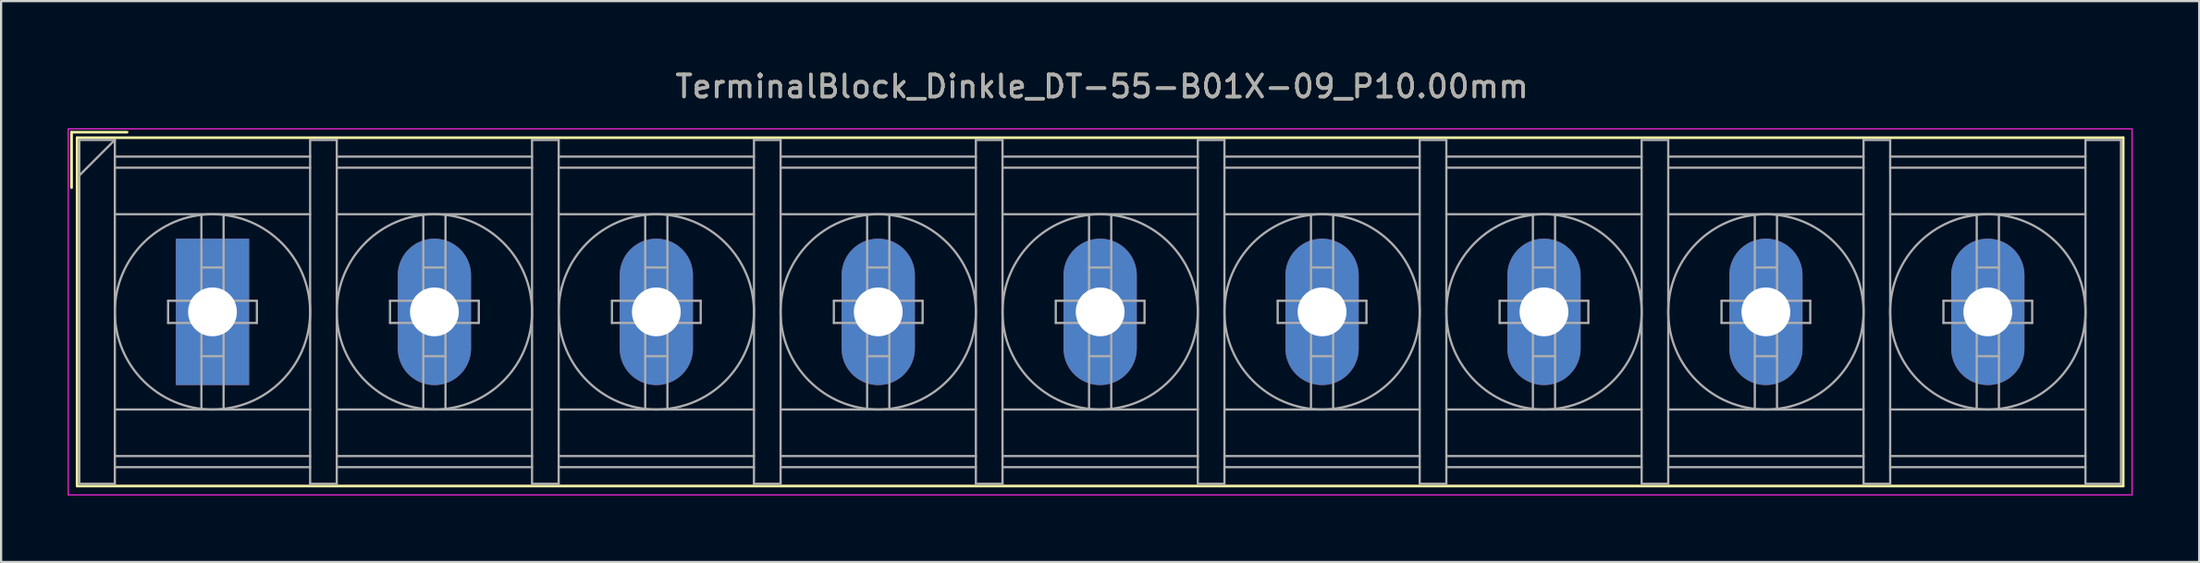
<source format=kicad_pcb>
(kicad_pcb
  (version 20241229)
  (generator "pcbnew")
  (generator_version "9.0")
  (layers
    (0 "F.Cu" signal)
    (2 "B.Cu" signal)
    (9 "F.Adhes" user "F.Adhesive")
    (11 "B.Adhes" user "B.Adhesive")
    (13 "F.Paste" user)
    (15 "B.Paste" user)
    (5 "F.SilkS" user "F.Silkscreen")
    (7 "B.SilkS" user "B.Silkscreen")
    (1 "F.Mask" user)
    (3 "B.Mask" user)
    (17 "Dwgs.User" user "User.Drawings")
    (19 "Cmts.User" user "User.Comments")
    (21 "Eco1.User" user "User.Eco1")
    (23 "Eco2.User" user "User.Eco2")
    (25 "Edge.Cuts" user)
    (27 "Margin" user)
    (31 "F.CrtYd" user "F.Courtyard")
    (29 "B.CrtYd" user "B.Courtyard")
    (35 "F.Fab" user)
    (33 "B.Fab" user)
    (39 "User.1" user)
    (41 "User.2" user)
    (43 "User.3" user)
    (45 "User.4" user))
  (footprint "TerminalBlock_Dinkle_DT-55-B01X-09_P10.00mm"
    (layer "F.Cu")
    (at 6.525 11.008)
    (property "Reference" "TerminalBlock_Dinkle_DT-55-B01X-09_P10.00mm" (at 40.08 -10.16 0) (layer "F.SilkS") (effects (font (size 1 1) (thickness 0.15))))
    (attr through_hole)
    (fp_line (start -6.35 -8.1) (end -3.85 -8.1) (stroke (width 0.12) (type solid)) (layer "F.SilkS"))
    (fp_line (start -6.35 -5.6) (end -6.35 -8.1) (stroke (width 0.12) (type solid)) (layer "F.SilkS"))
    (fp_line (start -6.1 -7.85) (end 86.1 -7.85) (stroke (width 0.12) (type solid)) (layer "F.SilkS"))
    (fp_line (start -6.1 7.85) (end -6.1 -7.85) (stroke (width 0.12) (type solid)) (layer "F.SilkS"))
    (fp_line (start -6.1 7.85) (end 86.1 7.85) (stroke (width 0.12) (type solid)) (layer "F.SilkS"))
    (fp_line (start 86.1 -7.85) (end 86.1 7.85) (stroke (width 0.12) (type solid)) (layer "F.SilkS"))
    (fp_line (start -6.5 -8.25) (end 86.5 -8.25) (stroke (width 0.05) (type solid)) (layer "F.CrtYd"))
    (fp_line (start -6.5 8.25) (end -6.5 -8.25) (stroke (width 0.05) (type solid)) (layer "F.CrtYd"))
    (fp_line (start -6.5 8.25) (end 86.5 8.25) (stroke (width 0.05) (type solid)) (layer "F.CrtYd"))
    (fp_line (start 86.5 -8.25) (end 86.5 8.25) (stroke (width 0.05) (type solid)) (layer "F.CrtYd"))
    (fp_line (start -6 -7.75) (end -6 7.75) (stroke (width 0.1) (type solid)) (layer "F.Fab"))
    (fp_line (start -6 -7.75) (end -4.4 -7.75) (stroke (width 0.1) (type solid)) (layer "F.Fab"))
    (fp_line (start -6 7.75) (end -4.4 7.75) (stroke (width 0.1) (type solid)) (layer "F.Fab"))
    (fp_line (start -4.4 -7.75) (end -6 -6.15) (stroke (width 0.1) (type solid)) (layer "F.Fab"))
    (fp_line (start -4.4 -7.75) (end -4.4 7.75) (stroke (width 0.1) (type solid)) (layer "F.Fab"))
    (fp_line (start -4.4 -7) (end 4.4 -7) (stroke (width 0.1) (type solid)) (layer "F.Fab"))
    (fp_line (start -4.4 -6.5) (end 4.4 -6.5) (stroke (width 0.1) (type solid)) (layer "F.Fab"))
    (fp_line (start -4.4 -4.4) (end 4.4 -4.4) (stroke (width 0.1) (type solid)) (layer "F.Fab"))
    (fp_line (start -4.4 4.4) (end 4.4 4.4) (stroke (width 0.1) (type solid)) (layer "F.Fab"))
    (fp_line (start -4.4 6.5) (end 4.4 6.5) (stroke (width 0.1) (type solid)) (layer "F.Fab"))
    (fp_line (start -4.4 7) (end 4.4 7) (stroke (width 0.1) (type solid)) (layer "F.Fab"))
    (fp_line (start -2 -0.5) (end -2 0.5) (stroke (width 0.1) (type solid)) (layer "F.Fab"))
    (fp_line (start -2 0.5) (end -0.5 0.5) (stroke (width 0.1) (type solid)) (layer "F.Fab"))
    (fp_line (start -0.5 -4.35) (end -0.5 -0.5) (stroke (width 0.1) (type solid)) (layer "F.Fab"))
    (fp_line (start -0.5 -2) (end 0.5 -2) (stroke (width 0.1) (type solid)) (layer "F.Fab"))
    (fp_line (start -0.5 -0.5) (end -2 -0.5) (stroke (width 0.1) (type solid)) (layer "F.Fab"))
    (fp_line (start -0.5 0.5) (end -0.5 4.35) (stroke (width 0.1) (type solid)) (layer "F.Fab"))
    (fp_line (start -0.5 2) (end 0.5 2) (stroke (width 0.1) (type solid)) (layer "F.Fab"))
    (fp_line (start 0.5 -4.35) (end 0.5 -0.5) (stroke (width 0.1) (type solid)) (layer "F.Fab"))
    (fp_line (start 0.5 -0.5) (end 2 -0.5) (stroke (width 0.1) (type solid)) (layer "F.Fab"))
    (fp_line (start 0.5 0.5) (end 0.5 4.35) (stroke (width 0.1) (type solid)) (layer "F.Fab"))
    (fp_line (start 2 -0.5) (end 2 0.5) (stroke (width 0.1) (type solid)) (layer "F.Fab"))
    (fp_line (start 2 0.5) (end 0.5 0.5) (stroke (width 0.1) (type solid)) (layer "F.Fab"))
    (fp_line (start 4.4 -7.75) (end 4.4 7.75) (stroke (width 0.1) (type solid)) (layer "F.Fab"))
    (fp_line (start 4.4 -7.75) (end 5.6 -7.75) (stroke (width 0.1) (type solid)) (layer "F.Fab"))
    (fp_line (start 4.4 7.75) (end 5.6 7.75) (stroke (width 0.1) (type solid)) (layer "F.Fab"))
    (fp_line (start 5.6 -7.75) (end 5.6 7.75) (stroke (width 0.1) (type solid)) (layer "F.Fab"))
    (fp_line (start 5.6 -7) (end 14.4 -7) (stroke (width 0.1) (type solid)) (layer "F.Fab"))
    (fp_line (start 5.6 -6.5) (end 14.4 -6.5) (stroke (width 0.1) (type solid)) (layer "F.Fab"))
    (fp_line (start 5.6 -4.4) (end 14.4 -4.4) (stroke (width 0.1) (type solid)) (layer "F.Fab"))
    (fp_line (start 5.6 4.4) (end 14.4 4.4) (stroke (width 0.1) (type solid)) (layer "F.Fab"))
    (fp_line (start 5.6 6.5) (end 14.4 6.5) (stroke (width 0.1) (type solid)) (layer "F.Fab"))
    (fp_line (start 5.6 7) (end 14.4 7) (stroke (width 0.1) (type solid)) (layer "F.Fab"))
    (fp_line (start 8 -0.5) (end 8 0.5) (stroke (width 0.1) (type solid)) (layer "F.Fab"))
    (fp_line (start 8 0.5) (end 9.5 0.5) (stroke (width 0.1) (type solid)) (layer "F.Fab"))
    (fp_line (start 9.5 -4.35) (end 9.5 -0.5) (stroke (width 0.1) (type solid)) (layer "F.Fab"))
    (fp_line (start 9.5 -2) (end 10.5 -2) (stroke (width 0.1) (type solid)) (layer "F.Fab"))
    (fp_line (start 9.5 -0.5) (end 8 -0.5) (stroke (width 0.1) (type solid)) (layer "F.Fab"))
    (fp_line (start 9.5 0.5) (end 9.5 4.35) (stroke (width 0.1) (type solid)) (layer "F.Fab"))
    (fp_line (start 9.5 2) (end 10.5 2) (stroke (width 0.1) (type solid)) (layer "F.Fab"))
    (fp_line (start 10.5 -4.35) (end 10.5 -0.5) (stroke (width 0.1) (type solid)) (layer "F.Fab"))
    (fp_line (start 10.5 -0.5) (end 12 -0.5) (stroke (width 0.1) (type solid)) (layer "F.Fab"))
    (fp_line (start 10.5 0.5) (end 10.5 4.35) (stroke (width 0.1) (type solid)) (layer "F.Fab"))
    (fp_line (start 12 -0.5) (end 12 0.5) (stroke (width 0.1) (type solid)) (layer "F.Fab"))
    (fp_line (start 12 0.5) (end 10.5 0.5) (stroke (width 0.1) (type solid)) (layer "F.Fab"))
    (fp_line (start 14.4 -7.75) (end 14.4 7.75) (stroke (width 0.1) (type solid)) (layer "F.Fab"))
    (fp_line (start 14.4 -7.75) (end 15.6 -7.75) (stroke (width 0.1) (type solid)) (layer "F.Fab"))
    (fp_line (start 14.4 7.75) (end 15.6 7.75) (stroke (width 0.1) (type solid)) (layer "F.Fab"))
    (fp_line (start 15.6 -7.75) (end 15.6 7.75) (stroke (width 0.1) (type solid)) (layer "F.Fab"))
    (fp_line (start 15.6 -7) (end 24.4 -7) (stroke (width 0.1) (type solid)) (layer "F.Fab"))
    (fp_line (start 15.6 -6.5) (end 24.4 -6.5) (stroke (width 0.1) (type solid)) (layer "F.Fab"))
    (fp_line (start 15.6 -4.4) (end 24.4 -4.4) (stroke (width 0.1) (type solid)) (layer "F.Fab"))
    (fp_line (start 15.6 4.4) (end 24.4 4.4) (stroke (width 0.1) (type solid)) (layer "F.Fab"))
    (fp_line (start 15.6 6.5) (end 24.4 6.5) (stroke (width 0.1) (type solid)) (layer "F.Fab"))
    (fp_line (start 15.6 7) (end 24.4 7) (stroke (width 0.1) (type solid)) (layer "F.Fab"))
    (fp_line (start 18 -0.5) (end 18 0.5) (stroke (width 0.1) (type solid)) (layer "F.Fab"))
    (fp_line (start 18 0.5) (end 19.5 0.5) (stroke (width 0.1) (type solid)) (layer "F.Fab"))
    (fp_line (start 19.5 -4.35) (end 19.5 -0.5) (stroke (width 0.1) (type solid)) (layer "F.Fab"))
    (fp_line (start 19.5 -2) (end 20.5 -2) (stroke (width 0.1) (type solid)) (layer "F.Fab"))
    (fp_line (start 19.5 -0.5) (end 18 -0.5) (stroke (width 0.1) (type solid)) (layer "F.Fab"))
    (fp_line (start 19.5 0.5) (end 19.5 4.35) (stroke (width 0.1) (type solid)) (layer "F.Fab"))
    (fp_line (start 19.5 2) (end 20.5 2) (stroke (width 0.1) (type solid)) (layer "F.Fab"))
    (fp_line (start 20.5 -4.35) (end 20.5 -0.5) (stroke (width 0.1) (type solid)) (layer "F.Fab"))
    (fp_line (start 20.5 -0.5) (end 22 -0.5) (stroke (width 0.1) (type solid)) (layer "F.Fab"))
    (fp_line (start 20.5 0.5) (end 20.5 4.35) (stroke (width 0.1) (type solid)) (layer "F.Fab"))
    (fp_line (start 22 -0.5) (end 22 0.5) (stroke (width 0.1) (type solid)) (layer "F.Fab"))
    (fp_line (start 22 0.5) (end 20.5 0.5) (stroke (width 0.1) (type solid)) (layer "F.Fab"))
    (fp_line (start 24.4 -7.75) (end 24.4 7.75) (stroke (width 0.1) (type solid)) (layer "F.Fab"))
    (fp_line (start 24.4 -7.75) (end 25.6 -7.75) (stroke (width 0.1) (type solid)) (layer "F.Fab"))
    (fp_line (start 24.4 7.75) (end 25.6 7.75) (stroke (width 0.1) (type solid)) (layer "F.Fab"))
    (fp_line (start 25.6 -7.75) (end 25.6 7.75) (stroke (width 0.1) (type solid)) (layer "F.Fab"))
    (fp_line (start 25.6 -7) (end 34.4 -7) (stroke (width 0.1) (type solid)) (layer "F.Fab"))
    (fp_line (start 25.6 -6.5) (end 34.4 -6.5) (stroke (width 0.1) (type solid)) (layer "F.Fab"))
    (fp_line (start 25.6 -4.4) (end 34.4 -4.4) (stroke (width 0.1) (type solid)) (layer "F.Fab"))
    (fp_line (start 25.6 4.4) (end 34.4 4.4) (stroke (width 0.1) (type solid)) (layer "F.Fab"))
    (fp_line (start 25.6 6.5) (end 34.4 6.5) (stroke (width 0.1) (type solid)) (layer "F.Fab"))
    (fp_line (start 25.6 7) (end 34.4 7) (stroke (width 0.1) (type solid)) (layer "F.Fab"))
    (fp_line (start 28 -0.5) (end 28 0.5) (stroke (width 0.1) (type solid)) (layer "F.Fab"))
    (fp_line (start 28 0.5) (end 29.5 0.5) (stroke (width 0.1) (type solid)) (layer "F.Fab"))
    (fp_line (start 29.5 -4.35) (end 29.5 -0.5) (stroke (width 0.1) (type solid)) (layer "F.Fab"))
    (fp_line (start 29.5 -2) (end 30.5 -2) (stroke (width 0.1) (type solid)) (layer "F.Fab"))
    (fp_line (start 29.5 -0.5) (end 28 -0.5) (stroke (width 0.1) (type solid)) (layer "F.Fab"))
    (fp_line (start 29.5 0.5) (end 29.5 4.35) (stroke (width 0.1) (type solid)) (layer "F.Fab"))
    (fp_line (start 29.5 2) (end 30.5 2) (stroke (width 0.1) (type solid)) (layer "F.Fab"))
    (fp_line (start 30.5 -4.35) (end 30.5 -0.5) (stroke (width 0.1) (type solid)) (layer "F.Fab"))
    (fp_line (start 30.5 -0.5) (end 32 -0.5) (stroke (width 0.1) (type solid)) (layer "F.Fab"))
    (fp_line (start 30.5 0.5) (end 30.5 4.35) (stroke (width 0.1) (type solid)) (layer "F.Fab"))
    (fp_line (start 32 -0.5) (end 32 0.5) (stroke (width 0.1) (type solid)) (layer "F.Fab"))
    (fp_line (start 32 0.5) (end 30.5 0.5) (stroke (width 0.1) (type solid)) (layer "F.Fab"))
    (fp_line (start 34.4 -7.75) (end 34.4 7.75) (stroke (width 0.1) (type solid)) (layer "F.Fab"))
    (fp_line (start 34.4 -7.75) (end 35.6 -7.75) (stroke (width 0.1) (type solid)) (layer "F.Fab"))
    (fp_line (start 34.4 7.75) (end 35.6 7.75) (stroke (width 0.1) (type solid)) (layer "F.Fab"))
    (fp_line (start 35.6 -7.75) (end 35.6 7.75) (stroke (width 0.1) (type solid)) (layer "F.Fab"))
    (fp_line (start 35.6 -7) (end 44.4 -7) (stroke (width 0.1) (type solid)) (layer "F.Fab"))
    (fp_line (start 35.6 -6.5) (end 44.4 -6.5) (stroke (width 0.1) (type solid)) (layer "F.Fab"))
    (fp_line (start 35.6 -4.4) (end 44.4 -4.4) (stroke (width 0.1) (type solid)) (layer "F.Fab"))
    (fp_line (start 35.6 4.4) (end 44.4 4.4) (stroke (width 0.1) (type solid)) (layer "F.Fab"))
    (fp_line (start 35.6 6.5) (end 44.4 6.5) (stroke (width 0.1) (type solid)) (layer "F.Fab"))
    (fp_line (start 35.6 7) (end 44.4 7) (stroke (width 0.1) (type solid)) (layer "F.Fab"))
    (fp_line (start 38 -0.5) (end 38 0.5) (stroke (width 0.1) (type solid)) (layer "F.Fab"))
    (fp_line (start 38 0.5) (end 39.5 0.5) (stroke (width 0.1) (type solid)) (layer "F.Fab"))
    (fp_line (start 39.5 -4.35) (end 39.5 -0.5) (stroke (width 0.1) (type solid)) (layer "F.Fab"))
    (fp_line (start 39.5 -2) (end 40.5 -2) (stroke (width 0.1) (type solid)) (layer "F.Fab"))
    (fp_line (start 39.5 -0.5) (end 38 -0.5) (stroke (width 0.1) (type solid)) (layer "F.Fab"))
    (fp_line (start 39.5 0.5) (end 39.5 4.35) (stroke (width 0.1) (type solid)) (layer "F.Fab"))
    (fp_line (start 39.5 2) (end 40.5 2) (stroke (width 0.1) (type solid)) (layer "F.Fab"))
    (fp_line (start 40.5 -4.35) (end 40.5 -0.5) (stroke (width 0.1) (type solid)) (layer "F.Fab"))
    (fp_line (start 40.5 -0.5) (end 42 -0.5) (stroke (width 0.1) (type solid)) (layer "F.Fab"))
    (fp_line (start 40.5 0.5) (end 40.5 4.35) (stroke (width 0.1) (type solid)) (layer "F.Fab"))
    (fp_line (start 42 -0.5) (end 42 0.5) (stroke (width 0.1) (type solid)) (layer "F.Fab"))
    (fp_line (start 42 0.5) (end 40.5 0.5) (stroke (width 0.1) (type solid)) (layer "F.Fab"))
    (fp_line (start 44.4 -7.75) (end 44.4 7.75) (stroke (width 0.1) (type solid)) (layer "F.Fab"))
    (fp_line (start 44.4 -7.75) (end 45.6 -7.75) (stroke (width 0.1) (type solid)) (layer "F.Fab"))
    (fp_line (start 44.4 7.75) (end 45.6 7.75) (stroke (width 0.1) (type solid)) (layer "F.Fab"))
    (fp_line (start 45.6 -7.75) (end 45.6 7.75) (stroke (width 0.1) (type solid)) (layer "F.Fab"))
    (fp_line (start 45.6 -7) (end 54.4 -7) (stroke (width 0.1) (type solid)) (layer "F.Fab"))
    (fp_line (start 45.6 -6.5) (end 54.4 -6.5) (stroke (width 0.1) (type solid)) (layer "F.Fab"))
    (fp_line (start 45.6 -4.4) (end 54.4 -4.4) (stroke (width 0.1) (type solid)) (layer "F.Fab"))
    (fp_line (start 45.6 4.4) (end 54.4 4.4) (stroke (width 0.1) (type solid)) (layer "F.Fab"))
    (fp_line (start 45.6 6.5) (end 54.4 6.5) (stroke (width 0.1) (type solid)) (layer "F.Fab"))
    (fp_line (start 45.6 7) (end 54.4 7) (stroke (width 0.1) (type solid)) (layer "F.Fab"))
    (fp_line (start 48 -0.5) (end 48 0.5) (stroke (width 0.1) (type solid)) (layer "F.Fab"))
    (fp_line (start 48 0.5) (end 49.5 0.5) (stroke (width 0.1) (type solid)) (layer "F.Fab"))
    (fp_line (start 49.5 -4.35) (end 49.5 -0.5) (stroke (width 0.1) (type solid)) (layer "F.Fab"))
    (fp_line (start 49.5 -2) (end 50.5 -2) (stroke (width 0.1) (type solid)) (layer "F.Fab"))
    (fp_line (start 49.5 -0.5) (end 48 -0.5) (stroke (width 0.1) (type solid)) (layer "F.Fab"))
    (fp_line (start 49.5 0.5) (end 49.5 4.35) (stroke (width 0.1) (type solid)) (layer "F.Fab"))
    (fp_line (start 49.5 2) (end 50.5 2) (stroke (width 0.1) (type solid)) (layer "F.Fab"))
    (fp_line (start 50.5 -4.35) (end 50.5 -0.5) (stroke (width 0.1) (type solid)) (layer "F.Fab"))
    (fp_line (start 50.5 -0.5) (end 52 -0.5) (stroke (width 0.1) (type solid)) (layer "F.Fab"))
    (fp_line (start 50.5 0.5) (end 50.5 4.35) (stroke (width 0.1) (type solid)) (layer "F.Fab"))
    (fp_line (start 52 -0.5) (end 52 0.5) (stroke (width 0.1) (type solid)) (layer "F.Fab"))
    (fp_line (start 52 0.5) (end 50.5 0.5) (stroke (width 0.1) (type solid)) (layer "F.Fab"))
    (fp_line (start 54.4 -7.75) (end 54.4 7.75) (stroke (width 0.1) (type solid)) (layer "F.Fab"))
    (fp_line (start 54.4 -7.75) (end 55.6 -7.75) (stroke (width 0.1) (type solid)) (layer "F.Fab"))
    (fp_line (start 54.4 7.75) (end 55.6 7.75) (stroke (width 0.1) (type solid)) (layer "F.Fab"))
    (fp_line (start 55.6 -7.75) (end 55.6 7.75) (stroke (width 0.1) (type solid)) (layer "F.Fab"))
    (fp_line (start 55.6 -7) (end 64.4 -7) (stroke (width 0.1) (type solid)) (layer "F.Fab"))
    (fp_line (start 55.6 -6.5) (end 64.4 -6.5) (stroke (width 0.1) (type solid)) (layer "F.Fab"))
    (fp_line (start 55.6 -4.4) (end 64.4 -4.4) (stroke (width 0.1) (type solid)) (layer "F.Fab"))
    (fp_line (start 55.6 4.4) (end 64.4 4.4) (stroke (width 0.1) (type solid)) (layer "F.Fab"))
    (fp_line (start 55.6 6.5) (end 64.4 6.5) (stroke (width 0.1) (type solid)) (layer "F.Fab"))
    (fp_line (start 55.6 7) (end 64.4 7) (stroke (width 0.1) (type solid)) (layer "F.Fab"))
    (fp_line (start 58 -0.5) (end 58 0.5) (stroke (width 0.1) (type solid)) (layer "F.Fab"))
    (fp_line (start 58 0.5) (end 59.5 0.5) (stroke (width 0.1) (type solid)) (layer "F.Fab"))
    (fp_line (start 59.5 -4.35) (end 59.5 -0.5) (stroke (width 0.1) (type solid)) (layer "F.Fab"))
    (fp_line (start 59.5 -2) (end 60.5 -2) (stroke (width 0.1) (type solid)) (layer "F.Fab"))
    (fp_line (start 59.5 -0.5) (end 58 -0.5) (stroke (width 0.1) (type solid)) (layer "F.Fab"))
    (fp_line (start 59.5 0.5) (end 59.5 4.35) (stroke (width 0.1) (type solid)) (layer "F.Fab"))
    (fp_line (start 59.5 2) (end 60.5 2) (stroke (width 0.1) (type solid)) (layer "F.Fab"))
    (fp_line (start 60.5 -4.35) (end 60.5 -0.5) (stroke (width 0.1) (type solid)) (layer "F.Fab"))
    (fp_line (start 60.5 -0.5) (end 62 -0.5) (stroke (width 0.1) (type solid)) (layer "F.Fab"))
    (fp_line (start 60.5 0.5) (end 60.5 4.35) (stroke (width 0.1) (type solid)) (layer "F.Fab"))
    (fp_line (start 62 -0.5) (end 62 0.5) (stroke (width 0.1) (type solid)) (layer "F.Fab"))
    (fp_line (start 62 0.5) (end 60.5 0.5) (stroke (width 0.1) (type solid)) (layer "F.Fab"))
    (fp_line (start 64.4 -7.75) (end 64.4 7.75) (stroke (width 0.1) (type solid)) (layer "F.Fab"))
    (fp_line (start 64.4 -7.75) (end 65.6 -7.75) (stroke (width 0.1) (type solid)) (layer "F.Fab"))
    (fp_line (start 64.4 7.75) (end 65.6 7.75) (stroke (width 0.1) (type solid)) (layer "F.Fab"))
    (fp_line (start 65.6 -7.75) (end 65.6 7.75) (stroke (width 0.1) (type solid)) (layer "F.Fab"))
    (fp_line (start 65.6 -7) (end 74.4 -7) (stroke (width 0.1) (type solid)) (layer "F.Fab"))
    (fp_line (start 65.6 -6.5) (end 74.4 -6.5) (stroke (width 0.1) (type solid)) (layer "F.Fab"))
    (fp_line (start 65.6 -4.4) (end 74.4 -4.4) (stroke (width 0.1) (type solid)) (layer "F.Fab"))
    (fp_line (start 65.6 4.4) (end 74.4 4.4) (stroke (width 0.1) (type solid)) (layer "F.Fab"))
    (fp_line (start 65.6 6.5) (end 74.4 6.5) (stroke (width 0.1) (type solid)) (layer "F.Fab"))
    (fp_line (start 65.6 7) (end 74.4 7) (stroke (width 0.1) (type solid)) (layer "F.Fab"))
    (fp_line (start 68 -0.5) (end 68 0.5) (stroke (width 0.1) (type solid)) (layer "F.Fab"))
    (fp_line (start 68 0.5) (end 69.5 0.5) (stroke (width 0.1) (type solid)) (layer "F.Fab"))
    (fp_line (start 69.5 -4.35) (end 69.5 -0.5) (stroke (width 0.1) (type solid)) (layer "F.Fab"))
    (fp_line (start 69.5 -2) (end 70.5 -2) (stroke (width 0.1) (type solid)) (layer "F.Fab"))
    (fp_line (start 69.5 -0.5) (end 68 -0.5) (stroke (width 0.1) (type solid)) (layer "F.Fab"))
    (fp_line (start 69.5 0.5) (end 69.5 4.35) (stroke (width 0.1) (type solid)) (layer "F.Fab"))
    (fp_line (start 69.5 2) (end 70.5 2) (stroke (width 0.1) (type solid)) (layer "F.Fab"))
    (fp_line (start 70.5 -4.35) (end 70.5 -0.5) (stroke (width 0.1) (type solid)) (layer "F.Fab"))
    (fp_line (start 70.5 -0.5) (end 72 -0.5) (stroke (width 0.1) (type solid)) (layer "F.Fab"))
    (fp_line (start 70.5 0.5) (end 70.5 4.35) (stroke (width 0.1) (type solid)) (layer "F.Fab"))
    (fp_line (start 72 -0.5) (end 72 0.5) (stroke (width 0.1) (type solid)) (layer "F.Fab"))
    (fp_line (start 72 0.5) (end 70.5 0.5) (stroke (width 0.1) (type solid)) (layer "F.Fab"))
    (fp_line (start 74.4 -7.75) (end 74.4 7.75) (stroke (width 0.1) (type solid)) (layer "F.Fab"))
    (fp_line (start 74.4 -7.75) (end 75.6 -7.75) (stroke (width 0.1) (type solid)) (layer "F.Fab"))
    (fp_line (start 74.4 7.75) (end 75.6 7.75) (stroke (width 0.1) (type solid)) (layer "F.Fab"))
    (fp_line (start 75.6 -7.75) (end 75.6 7.75) (stroke (width 0.1) (type solid)) (layer "F.Fab"))
    (fp_line (start 75.6 -7) (end 84.4 -7) (stroke (width 0.1) (type solid)) (layer "F.Fab"))
    (fp_line (start 75.6 -6.5) (end 84.4 -6.5) (stroke (width 0.1) (type solid)) (layer "F.Fab"))
    (fp_line (start 75.6 -4.4) (end 84.4 -4.4) (stroke (width 0.1) (type solid)) (layer "F.Fab"))
    (fp_line (start 75.6 4.4) (end 84.4 4.4) (stroke (width 0.1) (type solid)) (layer "F.Fab"))
    (fp_line (start 75.6 6.5) (end 84.4 6.5) (stroke (width 0.1) (type solid)) (layer "F.Fab"))
    (fp_line (start 75.6 7) (end 84.4 7) (stroke (width 0.1) (type solid)) (layer "F.Fab"))
    (fp_line (start 78 -0.5) (end 78 0.5) (stroke (width 0.1) (type solid)) (layer "F.Fab"))
    (fp_line (start 78 0.5) (end 79.5 0.5) (stroke (width 0.1) (type solid)) (layer "F.Fab"))
    (fp_line (start 79.5 -4.35) (end 79.5 -0.5) (stroke (width 0.1) (type solid)) (layer "F.Fab"))
    (fp_line (start 79.5 -2) (end 80.5 -2) (stroke (width 0.1) (type solid)) (layer "F.Fab"))
    (fp_line (start 79.5 -0.5) (end 78 -0.5) (stroke (width 0.1) (type solid)) (layer "F.Fab"))
    (fp_line (start 79.5 0.5) (end 79.5 4.35) (stroke (width 0.1) (type solid)) (layer "F.Fab"))
    (fp_line (start 79.5 2) (end 80.5 2) (stroke (width 0.1) (type solid)) (layer "F.Fab"))
    (fp_line (start 80.5 -4.35) (end 80.5 -0.5) (stroke (width 0.1) (type solid)) (layer "F.Fab"))
    (fp_line (start 80.5 -0.5) (end 82 -0.5) (stroke (width 0.1) (type solid)) (layer "F.Fab"))
    (fp_line (start 80.5 0.5) (end 80.5 4.35) (stroke (width 0.1) (type solid)) (layer "F.Fab"))
    (fp_line (start 82 -0.5) (end 82 0.5) (stroke (width 0.1) (type solid)) (layer "F.Fab"))
    (fp_line (start 82 0.5) (end 80.5 0.5) (stroke (width 0.1) (type solid)) (layer "F.Fab"))
    (fp_line (start 84.4 -7.75) (end 84.4 7.75) (stroke (width 0.1) (type solid)) (layer "F.Fab"))
    (fp_line (start 84.4 -7.75) (end 86 -7.75) (stroke (width 0.1) (type solid)) (layer "F.Fab"))
    (fp_line (start 84.4 7.75) (end 86 7.75) (stroke (width 0.1) (type solid)) (layer "F.Fab"))
    (fp_line (start 86 -7.75) (end 86 7.75) (stroke (width 0.1) (type solid)) (layer "F.Fab"))
    (fp_circle (center 0 0) (end 0.5 0.5) (stroke (width 0.1) (type solid)) (fill no) (layer "F.Fab"))
    (fp_circle (center 0 0) (end 4.4 0) (stroke (width 0.1) (type solid)) (fill no) (layer "F.Fab"))
    (fp_circle (center 10 0) (end 10.5 0.5) (stroke (width 0.1) (type solid)) (fill no) (layer "F.Fab"))
    (fp_circle (center 10 0) (end 14.4 0) (stroke (width 0.1) (type solid)) (fill no) (layer "F.Fab"))
    (fp_circle (center 20 0) (end 20.5 0.5) (stroke (width 0.1) (type solid)) (fill no) (layer "F.Fab"))
    (fp_circle (center 20 0) (end 24.4 0) (stroke (width 0.1) (type solid)) (fill no) (layer "F.Fab"))
    (fp_circle (center 30 0) (end 30.5 0.5) (stroke (width 0.1) (type solid)) (fill no) (layer "F.Fab"))
    (fp_circle (center 30 0) (end 34.4 0) (stroke (width 0.1) (type solid)) (fill no) (layer "F.Fab"))
    (fp_circle (center 40 0) (end 40.5 0.5) (stroke (width 0.1) (type solid)) (fill no) (layer "F.Fab"))
    (fp_circle (center 40 0) (end 44.4 0) (stroke (width 0.1) (type solid)) (fill no) (layer "F.Fab"))
    (fp_circle (center 50 0) (end 50.5 0.5) (stroke (width 0.1) (type solid)) (fill no) (layer "F.Fab"))
    (fp_circle (center 50 0) (end 54.4 0) (stroke (width 0.1) (type solid)) (fill no) (layer "F.Fab"))
    (fp_circle (center 60 0) (end 60.5 0.5) (stroke (width 0.1) (type solid)) (fill no) (layer "F.Fab"))
    (fp_circle (center 60 0) (end 64.4 0) (stroke (width 0.1) (type solid)) (fill no) (layer "F.Fab"))
    (fp_circle (center 70 0) (end 70.5 0.5) (stroke (width 0.1) (type solid)) (fill no) (layer "F.Fab"))
    (fp_circle (center 70 0) (end 74.4 0) (stroke (width 0.1) (type solid)) (fill no) (layer "F.Fab"))
    (fp_circle (center 80 0) (end 80.5 0.5) (stroke (width 0.1) (type solid)) (fill no) (layer "F.Fab"))
    (fp_circle (center 80 0) (end 84.4 0) (stroke (width 0.1) (type solid)) (fill no) (layer "F.Fab"))
    (fp_text user "${REFERENCE}" (at 40.08 -10.16 0) (layer "F.Fab") (effects (font (size 1 1) (thickness 0.15))))
    (pad "1" thru_hole rect (at 0 0) (size 3.3 6.6) (drill 2.2) (layers "*.Cu" "*.Mask"))
    (pad "2" thru_hole oval (at 10 0) (size 3.3 6.6) (drill 2.2) (layers "*.Cu" "*.Mask"))
    (pad "3" thru_hole oval (at 20 0) (size 3.3 6.6) (drill 2.2) (layers "*.Cu" "*.Mask"))
    (pad "4" thru_hole oval (at 30 0) (size 3.3 6.6) (drill 2.2) (layers "*.Cu" "*.Mask"))
    (pad "5" thru_hole oval (at 40 0) (size 3.3 6.6) (drill 2.2) (layers "*.Cu" "*.Mask"))
    (pad "6" thru_hole oval (at 50 0) (size 3.3 6.6) (drill 2.2) (layers "*.Cu" "*.Mask"))
    (pad "7" thru_hole oval (at 60 0) (size 3.3 6.6) (drill 2.2) (layers "*.Cu" "*.Mask"))
    (pad "8" thru_hole oval (at 70 0) (size 3.3 6.6) (drill 2.2) (layers "*.Cu" "*.Mask"))
    (pad "9" thru_hole oval (at 80 0) (size 3.3 6.6) (drill 2.2) (layers "*.Cu" "*.Mask")))
  (gr_rect
    (start -3 -3)
    (end 96.05 22.283)
    (stroke (width 0.1) (type default))
    (fill no)
    (layer "Edge.Cuts")))
</source>
